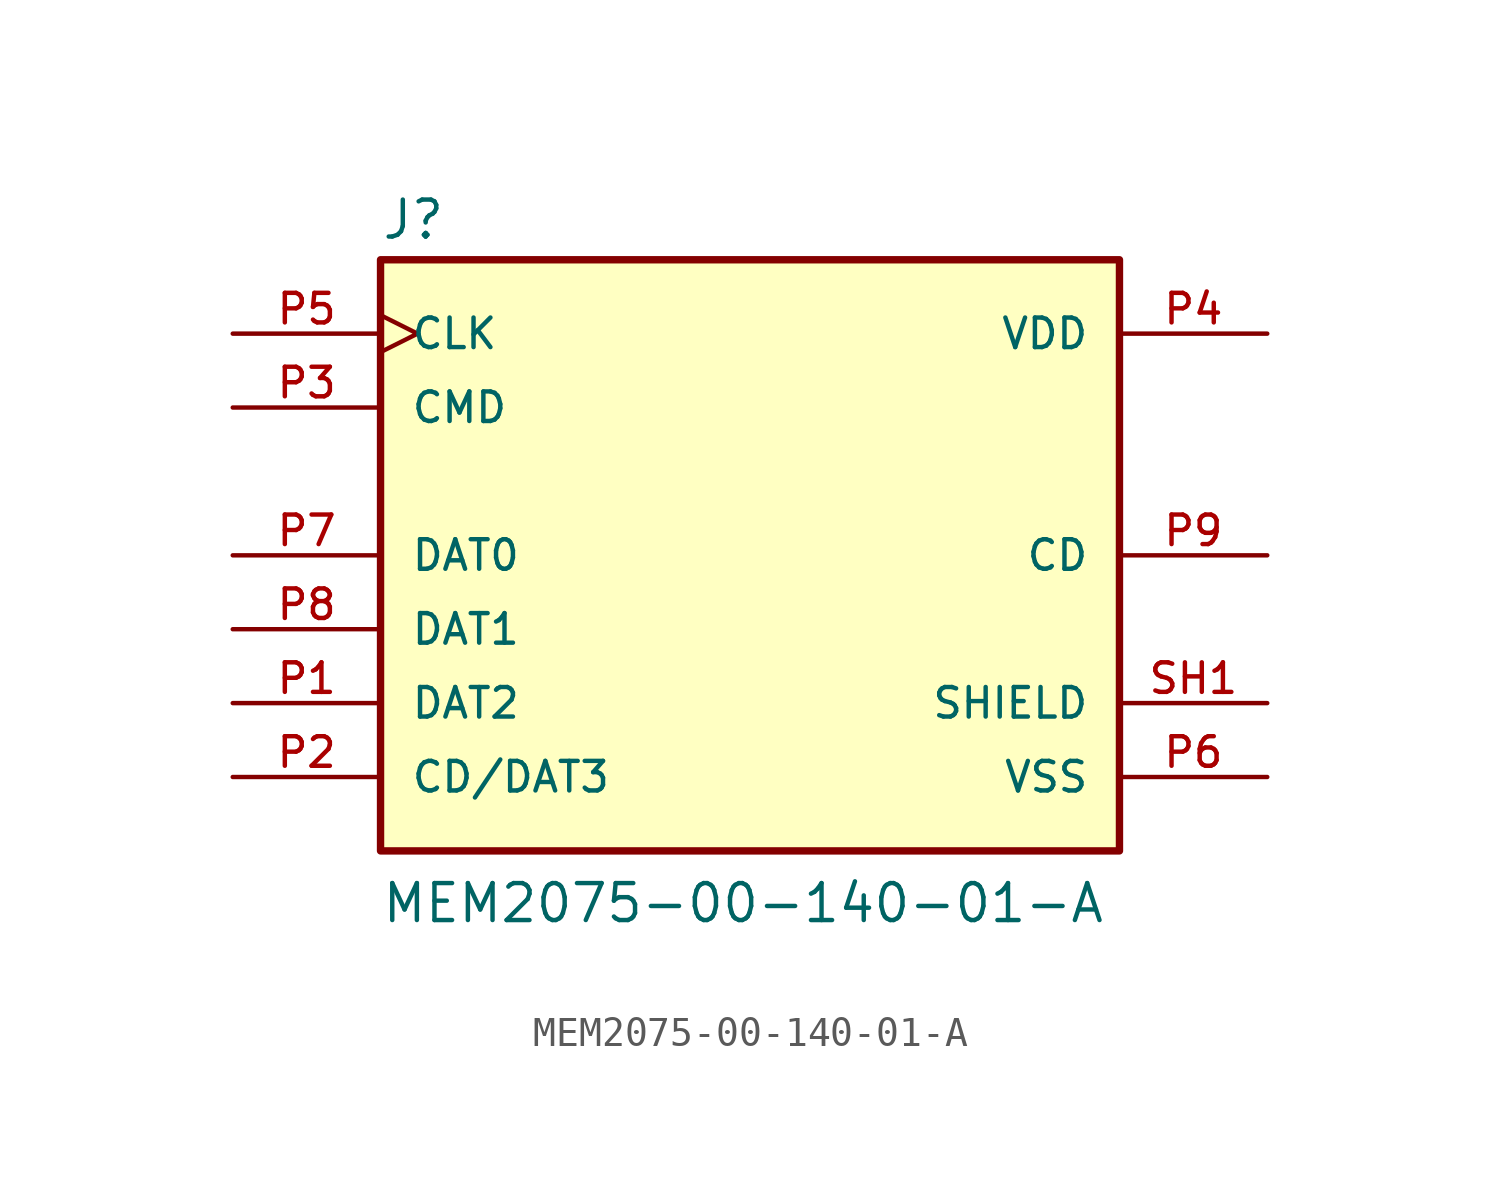
<source format=kicad_sym>
(kicad_symbol_lib
  (version 20211014)
  (generator kicad_symbol_editor)
  (symbol "MEM2075-00-140-01-A"
    (pin_names
      (offset 1.016))
    (property "Reference" "J"
      (at -12.7 10.795 0)
      (effects (font (size 1.27 1.27)) (justify left bottom)))
    (property "Value" "MEM2075-00-140-01-A"
      (at -12.7 -12.7 0)
      (effects (font (size 1.27 1.27)) (justify left bottom)))
    (symbol "MEM2075-00-140-01-A_0_0"
      (rectangle (start -12.7 -10.16) (end 12.7 10.16) (stroke (width 0.254) (type default) (color 0 0 0 0)) (fill (type background)))
      (pin bidirectional line (at -17.78 -5.08 0) (length 5.08) (name "DAT2" (effects (font (size 1.016 1.016)))) (number "P1" (effects (font (size 1.016 1.016)))))
      (pin bidirectional line (at -17.78 -7.62 0) (length 5.08) (name "CD/DAT3" (effects (font (size 1.016 1.016)))) (number "P2" (effects (font (size 1.016 1.016)))))
      (pin bidirectional line (at -17.78 5.08 0) (length 5.08) (name "CMD" (effects (font (size 1.016 1.016)))) (number "P3" (effects (font (size 1.016 1.016)))))
      (pin power_in line (at 17.78 7.62 180) (length 5.08) (name "VDD" (effects (font (size 1.016 1.016)))) (number "P4" (effects (font (size 1.016 1.016)))))
      (pin bidirectional clock (at -17.78 7.62 0) (length 5.08) (name "CLK" (effects (font (size 1.016 1.016)))) (number "P5" (effects (font (size 1.016 1.016)))))
      (pin power_in line (at 17.78 -7.62 180) (length 5.08) (name "VSS" (effects (font (size 1.016 1.016)))) (number "P6" (effects (font (size 1.016 1.016)))))
      (pin bidirectional line (at -17.78 0 0) (length 5.08) (name "DAT0" (effects (font (size 1.016 1.016)))) (number "P7" (effects (font (size 1.016 1.016)))))
      (pin bidirectional line (at -17.78 -2.54 0) (length 5.08) (name "DAT1" (effects (font (size 1.016 1.016)))) (number "P8" (effects (font (size 1.016 1.016)))))
      (pin passive line (at 17.78 0 180) (length 5.08) (name "CD" (effects (font (size 1.016 1.016)))) (number "P9" (effects (font (size 1.016 1.016)))))
      (pin power_in line (at 17.78 -5.08 180) (length 5.08) (name "SHIELD" (effects (font (size 1.016 1.016)))) (number "SH1" (effects (font (size 1.016 1.016))))))))
</source>
